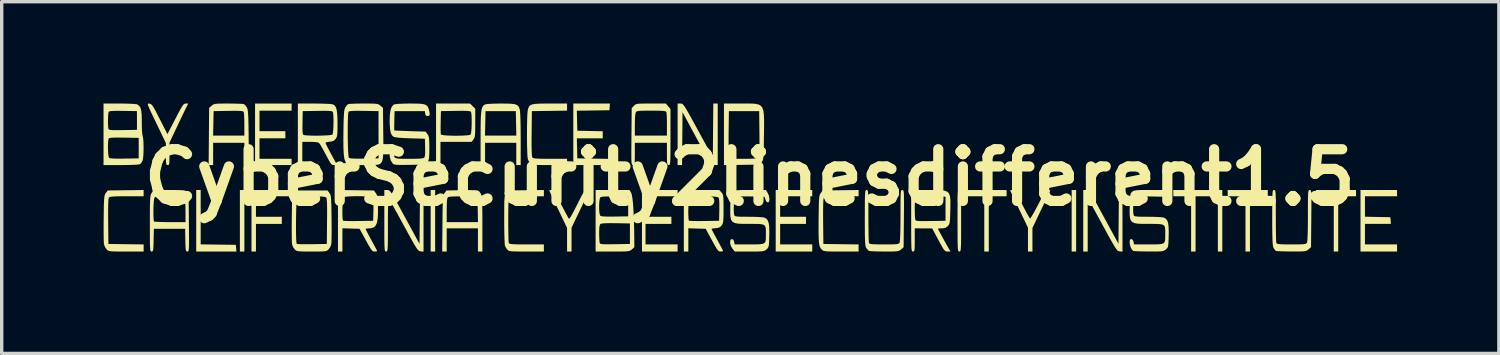
<source format=kicad_pcb>
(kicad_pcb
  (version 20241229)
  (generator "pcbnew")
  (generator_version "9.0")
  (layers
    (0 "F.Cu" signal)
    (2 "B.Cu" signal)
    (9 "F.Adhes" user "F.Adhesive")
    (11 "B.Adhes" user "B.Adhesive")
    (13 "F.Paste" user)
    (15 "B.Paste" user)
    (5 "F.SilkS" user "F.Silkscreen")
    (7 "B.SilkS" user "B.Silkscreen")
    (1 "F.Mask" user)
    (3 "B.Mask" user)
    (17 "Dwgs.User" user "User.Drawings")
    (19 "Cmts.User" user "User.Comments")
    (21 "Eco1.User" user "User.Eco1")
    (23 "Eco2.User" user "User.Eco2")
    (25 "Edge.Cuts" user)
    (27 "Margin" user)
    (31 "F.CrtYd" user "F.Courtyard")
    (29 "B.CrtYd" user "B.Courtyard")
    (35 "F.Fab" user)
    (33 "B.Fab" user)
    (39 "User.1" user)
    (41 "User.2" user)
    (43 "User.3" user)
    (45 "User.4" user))
  (footprint "CyberSecurity2linesdifferent1.5"
    (layer "F.Cu")
    (at 19.043 2.181)
    (property "Reference" "CyberSecurity2linesdifferent1.5" (at 0 0 0) (layer "F.SilkS") (effects (font (size 1.524 1.524) (thickness 0.3))))
    (attr board_only exclude_from_pos_files exclude_from_bom)
    (fp_poly (pts (xy -14.893 2.18) (xy -15.025 2.18) (xy -15.025 0.368) (xy -14.893 0.368)) (stroke (width 0) (type solid)) (fill yes) (layer "F.SilkS"))
    (fp_poly (pts (xy -9.272 2.18) (xy -9.404 2.18) (xy -9.404 0.368) (xy -9.272 0.368)) (stroke (width 0) (type solid)) (fill yes) (layer "F.SilkS"))
    (fp_poly (pts (xy 9.614 2.18) (xy 9.482 2.18) (xy 9.482 0.368) (xy 9.614 0.368)) (stroke (width 0) (type solid)) (fill yes) (layer "F.SilkS"))
    (fp_poly (pts (xy 13.921 2.18) (xy 13.79 2.18) (xy 13.79 0.368) (xy 13.921 0.368)) (stroke (width 0) (type solid)) (fill yes) (layer "F.SilkS"))
    (fp_poly (pts (xy -16.18 1.969) (xy -15.662 1.976) (xy -15.143 1.983) (xy -15.135 2.082) (xy -15.127 2.18) (xy -16.312 2.18) (xy -16.312 0.368) (xy -16.18 0.368)) (stroke (width 0) (type solid)) (fill yes) (layer "F.SilkS"))
    (fp_poly (pts (xy 7.565 0.552) (xy 7.04 0.552) (xy 7.04 2.18) (xy 6.908 2.18) (xy 6.908 0.552) (xy 6.383 0.552) (xy 6.383 0.368) (xy 7.565 0.368)) (stroke (width 0) (type solid)) (fill yes) (layer "F.SilkS"))
    (fp_poly (pts (xy 13.659 0.552) (xy 13.133 0.552) (xy 13.133 2.18) (xy 13.002 2.18) (xy 13.002 0.552) (xy 12.477 0.552) (xy 12.477 0.368) (xy 13.659 0.368)) (stroke (width 0) (type solid)) (fill yes) (layer "F.SilkS"))
    (fp_poly (pts (xy 15.261 0.552) (xy 14.736 0.552) (xy 14.736 2.18) (xy 14.604 2.18) (xy 14.604 0.552) (xy 14.079 0.552) (xy 14.079 0.368) (xy 15.261 0.368)) (stroke (width 0) (type solid)) (fill yes) (layer "F.SilkS"))
    (fp_poly (pts (xy 17.861 0.552) (xy 17.336 0.552) (xy 17.336 2.18) (xy 17.205 2.18) (xy 17.205 0.552) (xy 16.679 0.552) (xy 16.679 0.368) (xy 17.861 0.368)) (stroke (width 0) (type solid)) (fill yes) (layer "F.SilkS"))
    (fp_poly (pts (xy -13.606 0.552) (xy -14.552 0.552) (xy -14.552 1.156) (xy -13.79 1.156) (xy -13.79 1.366) (xy -14.552 1.366) (xy -14.552 2.18) (xy -14.683 2.18) (xy -14.683 0.368) (xy -13.606 0.368)) (stroke (width 0) (type solid)) (fill yes) (layer "F.SilkS"))
    (fp_poly (pts (xy -13.501 -1.97) (xy -14.447 -1.97) (xy -14.447 -1.366) (xy -13.685 -1.366) (xy -13.685 -1.156) (xy -14.447 -1.156) (xy -14.447 -0.552) (xy -13.501 -0.552) (xy -13.501 -0.368) (xy -14.578 -0.368) (xy -14.578 -2.18) (xy -13.501 -2.18)) (stroke (width 0) (type solid)) (fill yes) (layer "F.SilkS"))
    (fp_poly (pts (xy -2.128 0.552) (xy -3.073 0.552) (xy -3.073 1.156) (xy -2.311 1.156) (xy -2.311 1.366) (xy -3.073 1.366) (xy -3.073 1.97) (xy -2.128 1.97) (xy -2.128 2.18) (xy -3.178 2.18) (xy -3.178 0.368) (xy -2.128 0.368)) (stroke (width 0) (type solid)) (fill yes) (layer "F.SilkS"))
    (fp_poly (pts (xy 1.839 0.552) (xy 0.893 0.552) (xy 0.893 1.156) (xy 1.655 1.156) (xy 1.655 1.366) (xy 0.893 1.366) (xy 0.893 1.97) (xy 1.839 1.97) (xy 1.839 2.18) (xy 0.762 2.18) (xy 0.762 0.368) (xy 1.839 0.368)) (stroke (width 0) (type solid)) (fill yes) (layer "F.SilkS"))
    (fp_poly (pts (xy 19.07 0.552) (xy 18.124 0.552) (xy 18.124 1.154) (xy 18.873 1.169) (xy 18.881 1.267) (xy 18.889 1.366) (xy 18.124 1.366) (xy 18.124 1.97) (xy 19.07 1.97) (xy 19.07 2.18) (xy 17.993 2.18) (xy 17.993 0.368) (xy 19.07 0.368)) (stroke (width 0) (type solid)) (fill yes) (layer "F.SilkS"))
    (fp_poly (pts (xy -4.129 -2.082) (xy -4.137 -1.983) (xy -4.617 -1.976) (xy -5.097 -1.969) (xy -5.09 -1.674) (xy -5.083 -1.379) (xy -4.334 -1.364) (xy -4.334 -1.156) (xy -5.097 -1.156) (xy -5.09 -0.86) (xy -5.083 -0.565) (xy -4.124 -0.55) (xy -4.124 -0.368) (xy -5.201 -0.368) (xy -5.201 -2.18) (xy -4.121 -2.18)) (stroke (width 0) (type solid)) (fill yes) (layer "F.SilkS"))
    (fp_poly (pts (xy -0.946 -0.368) (xy -1.044 -0.368) (xy -1.143 -0.369) (xy -1.983 -1.926) (xy -1.99 -1.147) (xy -1.997 -0.368) (xy -2.128 -0.368) (xy -2.128 -2.18) (xy -2.042 -2.18) (xy -2.019 -2.179) (xy -1.998 -2.173) (xy -1.975 -2.158) (xy -1.948 -2.129) (xy -1.915 -2.082) (xy -1.871 -2.011) (xy -1.814 -1.913) (xy -1.741 -1.783) (xy -1.65 -1.617) (xy -1.536 -1.409) (xy -1.523 -1.385) (xy -1.09 -0.591) (xy -1.083 -1.386) (xy -1.076 -2.18) (xy -0.946 -2.18)) (stroke (width 0) (type solid)) (fill yes) (layer "F.SilkS"))
    (fp_poly (pts (xy 6.187 0.369) (xy 6.198 0.377) (xy 6.207 0.396) (xy 6.214 0.431) (xy 6.218 0.488) (xy 6.222 0.573) (xy 6.224 0.689) (xy 6.225 0.842) (xy 6.225 1.038) (xy 6.225 1.274) (xy 6.225 1.516) (xy 6.225 1.71) (xy 6.224 1.863) (xy 6.222 1.978) (xy 6.218 2.061) (xy 6.213 2.118) (xy 6.207 2.153) (xy 6.198 2.171) (xy 6.186 2.179) (xy 6.173 2.18) (xy 6.159 2.179) (xy 6.147 2.171) (xy 6.139 2.152) (xy 6.132 2.117) (xy 6.127 2.059) (xy 6.124 1.975) (xy 6.122 1.859) (xy 6.121 1.706) (xy 6.12 1.51) (xy 6.12 1.274) (xy 6.12 1.032) (xy 6.121 0.838) (xy 6.122 0.685) (xy 6.124 0.57) (xy 6.127 0.487) (xy 6.132 0.43) (xy 6.139 0.395) (xy 6.148 0.376) (xy 6.159 0.369) (xy 6.173 0.368)) (stroke (width 0) (type solid)) (fill yes) (layer "F.SilkS"))
    (fp_poly (pts (xy 10.43 1.16) (xy 10.861 1.951) (xy 10.868 1.16) (xy 10.87 0.935) (xy 10.872 0.757) (xy 10.875 0.621) (xy 10.879 0.521) (xy 10.883 0.452) (xy 10.89 0.407) (xy 10.898 0.382) (xy 10.909 0.371) (xy 10.923 0.368) (xy 10.927 0.368) (xy 10.941 0.369) (xy 10.952 0.377) (xy 10.961 0.396) (xy 10.968 0.432) (xy 10.973 0.49) (xy 10.976 0.575) (xy 10.978 0.692) (xy 10.979 0.846) (xy 10.979 1.042) (xy 10.98 1.276) (xy 10.98 2.183) (xy 10.896 2.175) (xy 10.872 2.171) (xy 10.85 2.162) (xy 10.826 2.142) (xy 10.797 2.107) (xy 10.76 2.053) (xy 10.712 1.974) (xy 10.651 1.867) (xy 10.572 1.726) (xy 10.474 1.547) (xy 10.383 1.38) (xy 9.955 0.593) (xy 9.955 2.18) (xy 9.824 2.18) (xy 9.824 0.368) (xy 9.999 0.368)) (stroke (width 0) (type solid)) (fill yes) (layer "F.SilkS"))
    (fp_poly (pts (xy -7.159 -2.179) (xy -7.028 -2.174) (xy -6.933 -2.162) (xy -6.869 -2.141) (xy -6.826 -2.109) (xy -6.799 -2.064) (xy -6.778 -2.002) (xy -6.77 -1.948) (xy -6.764 -1.848) (xy -6.758 -1.708) (xy -6.754 -1.534) (xy -6.752 -1.334) (xy -6.751 -1.136) (xy -6.751 -0.368) (xy -6.882 -0.368) (xy -6.882 -1.024) (xy -7.801 -1.024) (xy -7.801 -0.368) (xy -7.933 -0.368) (xy -7.933 -1.157) (xy -7.932 -1.235) (xy -7.803 -1.235) (xy -6.88 -1.235) (xy -6.888 -1.596) (xy -6.895 -1.957) (xy -7.788 -1.957) (xy -7.795 -1.596) (xy -7.803 -1.235) (xy -7.932 -1.235) (xy -7.932 -1.404) (xy -7.93 -1.605) (xy -7.926 -1.764) (xy -7.918 -1.886) (xy -7.907 -1.978) (xy -7.892 -2.045) (xy -7.872 -2.092) (xy -7.845 -2.124) (xy -7.813 -2.147) (xy -7.805 -2.152) (xy -7.758 -2.163) (xy -7.666 -2.171) (xy -7.537 -2.177) (xy -7.379 -2.18) (xy -7.336 -2.18)) (stroke (width 0) (type solid)) (fill yes) (layer "F.SilkS"))
    (fp_poly (pts (xy 7.742 0.373) (xy 7.77 0.38) (xy 7.798 0.4) (xy 7.83 0.438) (xy 7.87 0.501) (xy 7.923 0.597) (xy 7.993 0.73) (xy 8.024 0.791) (xy 8.094 0.925) (xy 8.156 1.041) (xy 8.208 1.131) (xy 8.243 1.189) (xy 8.258 1.207) (xy 8.277 1.186) (xy 8.315 1.126) (xy 8.369 1.034) (xy 8.432 0.916) (xy 8.495 0.797) (xy 8.573 0.646) (xy 8.632 0.536) (xy 8.677 0.461) (xy 8.711 0.413) (xy 8.74 0.386) (xy 8.768 0.375) (xy 8.78 0.373) (xy 8.832 0.37) (xy 8.852 0.377) (xy 8.841 0.403) (xy 8.811 0.47) (xy 8.764 0.57) (xy 8.703 0.697) (xy 8.633 0.845) (xy 8.589 0.936) (xy 8.327 1.484) (xy 8.327 2.18) (xy 8.195 2.18) (xy 8.195 1.477) (xy 7.933 0.932) (xy 7.858 0.777) (xy 7.791 0.638) (xy 7.736 0.521) (xy 7.696 0.435) (xy 7.673 0.385) (xy 7.67 0.376) (xy 7.692 0.37)) (stroke (width 0) (type solid)) (fill yes) (layer "F.SilkS"))
    (fp_poly (pts (xy -4.748 0.371) (xy -4.728 0.378) (xy -4.739 0.403) (xy -4.77 0.469) (xy -4.817 0.569) (xy -4.877 0.696) (xy -4.948 0.843) (xy -4.991 0.932) (xy -5.253 1.477) (xy -5.253 2.18) (xy -5.385 2.18) (xy -5.385 1.484) (xy -5.647 0.936) (xy -5.722 0.78) (xy -5.788 0.641) (xy -5.843 0.524) (xy -5.884 0.438) (xy -5.906 0.388) (xy -5.91 0.378) (xy -5.888 0.37) (xy -5.846 0.368) (xy -5.819 0.373) (xy -5.792 0.392) (xy -5.76 0.432) (xy -5.718 0.498) (xy -5.662 0.598) (xy -5.588 0.737) (xy -5.572 0.768) (xy -5.501 0.903) (xy -5.438 1.023) (xy -5.386 1.119) (xy -5.351 1.185) (xy -5.337 1.208) (xy -5.322 1.211) (xy -5.296 1.183) (xy -5.257 1.121) (xy -5.202 1.02) (xy -5.128 0.877) (xy -5.093 0.808) (xy -5.015 0.653) (xy -4.957 0.54) (xy -4.912 0.461) (xy -4.879 0.411) (xy -4.851 0.383) (xy -4.826 0.37) (xy -4.801 0.368)) (stroke (width 0) (type solid)) (fill yes) (layer "F.SilkS"))
    (fp_poly (pts (xy -17.861 0.552) (xy -18.357 0.552) (xy -18.54 0.552) (xy -18.677 0.555) (xy -18.773 0.56) (xy -18.837 0.568) (xy -18.872 0.579) (xy -18.883 0.588) (xy -18.893 0.62) (xy -18.901 0.692) (xy -18.905 0.807) (xy -18.907 0.966) (xy -18.907 1.174) (xy -18.906 1.29) (xy -18.899 1.957) (xy -18.38 1.964) (xy -17.861 1.971) (xy -17.861 2.18) (xy -18.375 2.18) (xy -18.551 2.18) (xy -18.683 2.179) (xy -18.777 2.176) (xy -18.842 2.17) (xy -18.886 2.161) (xy -18.915 2.148) (xy -18.938 2.13) (xy -18.951 2.117) (xy -19.001 2.045) (xy -19.03 1.966) (xy -19.034 1.916) (xy -19.037 1.822) (xy -19.039 1.692) (xy -19.04 1.533) (xy -19.04 1.355) (xy -19.038 1.204) (xy -19.036 0.997) (xy -19.033 0.836) (xy -19.029 0.715) (xy -19.024 0.626) (xy -19.017 0.563) (xy -19.008 0.519) (xy -18.996 0.487) (xy -18.98 0.462) (xy -18.975 0.455) (xy -18.92 0.381) (xy -18.391 0.374) (xy -17.861 0.367)) (stroke (width 0) (type solid)) (fill yes) (layer "F.SilkS"))
    (fp_poly (pts (xy 3.205 0.552) (xy 2.709 0.552) (xy 2.526 0.552) (xy 2.389 0.555) (xy 2.293 0.56) (xy 2.229 0.568) (xy 2.194 0.579) (xy 2.183 0.588) (xy 2.173 0.62) (xy 2.165 0.692) (xy 2.161 0.807) (xy 2.159 0.966) (xy 2.159 1.174) (xy 2.16 1.29) (xy 2.167 1.957) (xy 2.686 1.964) (xy 3.205 1.971) (xy 3.205 2.18) (xy 2.691 2.18) (xy 2.515 2.18) (xy 2.383 2.179) (xy 2.289 2.176) (xy 2.224 2.17) (xy 2.18 2.161) (xy 2.151 2.148) (xy 2.128 2.13) (xy 2.115 2.118) (xy 2.088 2.085) (xy 2.066 2.045) (xy 2.049 1.991) (xy 2.038 1.917) (xy 2.03 1.817) (xy 2.026 1.686) (xy 2.025 1.518) (xy 2.026 1.305) (xy 2.027 1.177) (xy 2.03 0.975) (xy 2.033 0.819) (xy 2.037 0.701) (xy 2.042 0.616) (xy 2.05 0.555) (xy 2.06 0.513) (xy 2.073 0.483) (xy 2.09 0.457) (xy 2.091 0.455) (xy 2.146 0.381) (xy 2.675 0.374) (xy 3.205 0.367)) (stroke (width 0) (type solid)) (fill yes) (layer "F.SilkS"))
    (fp_poly (pts (xy -5.385 -1.971) (xy -5.903 -1.964) (xy -6.422 -1.957) (xy -6.429 -1.29) (xy -6.431 -1.059) (xy -6.43 -0.877) (xy -6.426 -0.741) (xy -6.42 -0.649) (xy -6.412 -0.598) (xy -6.406 -0.588) (xy -6.384 -0.574) (xy -6.338 -0.565) (xy -6.262 -0.558) (xy -6.151 -0.554) (xy -5.996 -0.552) (xy -5.881 -0.552) (xy -5.385 -0.552) (xy -5.385 -0.368) (xy -5.906 -0.368) (xy -6.086 -0.368) (xy -6.221 -0.37) (xy -6.319 -0.373) (xy -6.385 -0.379) (xy -6.428 -0.389) (xy -6.455 -0.401) (xy -6.469 -0.414) (xy -6.51 -0.473) (xy -6.539 -0.534) (xy -6.547 -0.584) (xy -6.555 -0.677) (xy -6.56 -0.805) (xy -6.564 -0.959) (xy -6.566 -1.128) (xy -6.566 -1.305) (xy -6.565 -1.48) (xy -6.562 -1.645) (xy -6.558 -1.789) (xy -6.551 -1.905) (xy -6.543 -1.983) (xy -6.539 -2.002) (xy -6.521 -2.059) (xy -6.497 -2.103) (xy -6.461 -2.134) (xy -6.406 -2.156) (xy -6.324 -2.17) (xy -6.21 -2.177) (xy -6.055 -2.18) (xy -5.891 -2.18) (xy -5.385 -2.18)) (stroke (width 0) (type solid)) (fill yes) (layer "F.SilkS"))
    (fp_poly (pts (xy -16.61 -2.055) (xy -16.641 -1.991) (xy -16.69 -1.89) (xy -16.752 -1.762) (xy -16.821 -1.617) (xy -16.886 -1.479) (xy -17.1 -1.027) (xy -17.1 -0.697) (xy -17.1 -0.561) (xy -17.102 -0.468) (xy -17.108 -0.411) (xy -17.118 -0.381) (xy -17.134 -0.369) (xy -17.152 -0.368) (xy -17.174 -0.371) (xy -17.189 -0.386) (xy -17.198 -0.421) (xy -17.203 -0.485) (xy -17.205 -0.587) (xy -17.205 -0.691) (xy -17.205 -1.014) (xy -17.456 -1.538) (xy -17.549 -1.73) (xy -17.621 -1.88) (xy -17.674 -1.993) (xy -17.71 -2.074) (xy -17.731 -2.128) (xy -17.739 -2.16) (xy -17.735 -2.176) (xy -17.722 -2.18) (xy -17.701 -2.178) (xy -17.684 -2.175) (xy -17.657 -2.168) (xy -17.63 -2.15) (xy -17.599 -2.114) (xy -17.561 -2.054) (xy -17.51 -1.963) (xy -17.444 -1.836) (xy -17.386 -1.723) (xy -17.16 -1.279) (xy -16.926 -1.73) (xy -16.845 -1.886) (xy -16.783 -2.001) (xy -16.736 -2.082) (xy -16.701 -2.134) (xy -16.673 -2.164) (xy -16.647 -2.177) (xy -16.621 -2.18) (xy -16.62 -2.18) (xy -16.547 -2.18)) (stroke (width 0) (type solid)) (fill yes) (layer "F.SilkS"))
    (fp_poly (pts (xy -8.167 -2.103) (xy -8.09 -2.027) (xy -8.09 -1.608) (xy -8.091 -1.449) (xy -8.093 -1.333) (xy -8.098 -1.252) (xy -8.106 -1.197) (xy -8.12 -1.158) (xy -8.139 -1.128) (xy -8.145 -1.12) (xy -8.199 -1.051) (xy -9.115 -1.051) (xy -9.115 -0.368) (xy -9.246 -0.368) (xy -9.246 -1.502) (xy -9.111 -1.502) (xy -9.11 -1.392) (xy -9.108 -1.31) (xy -9.103 -1.27) (xy -9.103 -1.269) (xy -9.073 -1.256) (xy -9.001 -1.245) (xy -8.899 -1.238) (xy -8.776 -1.233) (xy -8.644 -1.232) (xy -8.514 -1.234) (xy -8.396 -1.239) (xy -8.302 -1.247) (xy -8.241 -1.259) (xy -8.227 -1.266) (xy -8.214 -1.304) (xy -8.205 -1.381) (xy -8.198 -1.485) (xy -8.195 -1.601) (xy -8.196 -1.718) (xy -8.199 -1.822) (xy -8.207 -1.901) (xy -8.217 -1.938) (xy -8.239 -1.951) (xy -8.289 -1.96) (xy -8.374 -1.965) (xy -8.499 -1.966) (xy -8.67 -1.964) (xy -8.67 -1.964) (xy -9.101 -1.957) (xy -9.109 -1.63) (xy -9.111 -1.502) (xy -9.246 -1.502) (xy -9.246 -2.18) (xy -8.244 -2.18)) (stroke (width 0) (type solid)) (fill yes) (layer "F.SilkS"))
    (fp_poly (pts (xy -15.221 -2.179) (xy -15.093 -2.176) (xy -14.99 -2.172) (xy -14.925 -2.167) (xy -14.908 -2.164) (xy -14.867 -2.131) (xy -14.824 -2.072) (xy -14.82 -2.065) (xy -14.807 -2.036) (xy -14.797 -1.997) (xy -14.788 -1.942) (xy -14.782 -1.866) (xy -14.777 -1.762) (xy -14.773 -1.624) (xy -14.77 -1.446) (xy -14.767 -1.224) (xy -14.767 -1.175) (xy -14.759 -0.368) (xy -14.893 -0.368) (xy -14.893 -1.024) (xy -15.813 -1.024) (xy -15.813 -0.368) (xy -15.946 -0.368) (xy -15.938 -1.211) (xy -15.938 -1.235) (xy -15.814 -1.235) (xy -14.893 -1.235) (xy -14.894 -1.569) (xy -14.895 -1.699) (xy -14.9 -1.811) (xy -14.906 -1.894) (xy -14.914 -1.936) (xy -14.915 -1.938) (xy -14.937 -1.951) (xy -14.987 -1.96) (xy -15.072 -1.965) (xy -15.197 -1.966) (xy -15.368 -1.964) (xy -15.368 -1.964) (xy -15.799 -1.957) (xy -15.807 -1.596) (xy -15.814 -1.235) (xy -15.938 -1.235) (xy -15.931 -2.053) (xy -15.857 -2.117) (xy -15.827 -2.141) (xy -15.796 -2.158) (xy -15.753 -2.169) (xy -15.692 -2.176) (xy -15.601 -2.179) (xy -15.473 -2.18) (xy -15.367 -2.18)) (stroke (width 0) (type solid)) (fill yes) (layer "F.SilkS"))
    (fp_poly (pts (xy -8.225 0.372) (xy -8.117 0.373) (xy -8.044 0.377) (xy -8.021 0.38) (xy -7.973 0.411) (xy -7.928 0.472) (xy -7.923 0.483) (xy -7.91 0.515) (xy -7.901 0.559) (xy -7.893 0.619) (xy -7.888 0.703) (xy -7.884 0.815) (xy -7.882 0.962) (xy -7.88 1.15) (xy -7.88 1.376) (xy -7.88 2.18) (xy -8.011 2.18) (xy -8.011 1.497) (xy -8.931 1.497) (xy -8.931 2.18) (xy -9.064 2.18) (xy -9.057 1.355) (xy -9.056 1.313) (xy -8.931 1.313) (xy -8.01 1.313) (xy -8.025 0.565) (xy -8.441 0.557) (xy -8.628 0.556) (xy -8.764 0.559) (xy -8.852 0.567) (xy -8.894 0.58) (xy -8.894 0.58) (xy -8.91 0.607) (xy -8.921 0.662) (xy -8.927 0.751) (xy -8.93 0.882) (xy -8.931 0.962) (xy -8.931 1.313) (xy -9.056 1.313) (xy -9.054 1.124) (xy -9.052 0.94) (xy -9.049 0.797) (xy -9.045 0.689) (xy -9.04 0.609) (xy -9.033 0.553) (xy -9.024 0.513) (xy -9.013 0.485) (xy -8.998 0.462) (xy -8.994 0.455) (xy -8.938 0.381) (xy -8.508 0.373) (xy -8.359 0.372)) (stroke (width 0) (type solid)) (fill yes) (layer "F.SilkS"))
    (fp_poly (pts (xy -6.068 0.552) (xy -6.561 0.552) (xy -6.758 0.553) (xy -6.905 0.557) (xy -7.007 0.564) (xy -7.067 0.574) (xy -7.087 0.583) (xy -7.098 0.611) (xy -7.106 0.675) (xy -7.112 0.777) (xy -7.116 0.921) (xy -7.118 1.112) (xy -7.118 1.251) (xy -7.118 1.43) (xy -7.116 1.594) (xy -7.113 1.733) (xy -7.11 1.841) (xy -7.105 1.909) (xy -7.102 1.928) (xy -7.091 1.943) (xy -7.064 1.954) (xy -7.016 1.961) (xy -6.939 1.966) (xy -6.826 1.969) (xy -6.671 1.97) (xy -6.577 1.97) (xy -6.068 1.97) (xy -6.068 2.18) (xy -6.58 2.18) (xy -6.757 2.18) (xy -6.89 2.178) (xy -6.985 2.175) (xy -7.05 2.169) (xy -7.093 2.16) (xy -7.122 2.147) (xy -7.143 2.129) (xy -7.144 2.128) (xy -7.191 2.062) (xy -7.216 2.004) (xy -7.222 1.958) (xy -7.226 1.868) (xy -7.231 1.741) (xy -7.234 1.585) (xy -7.236 1.408) (xy -7.237 1.23) (xy -7.236 1.019) (xy -7.236 0.855) (xy -7.234 0.73) (xy -7.23 0.637) (xy -7.224 0.572) (xy -7.216 0.526) (xy -7.205 0.494) (xy -7.191 0.468) (xy -7.181 0.455) (xy -7.126 0.381) (xy -6.597 0.374) (xy -6.068 0.367)) (stroke (width 0) (type solid)) (fill yes) (layer "F.SilkS"))
    (fp_poly (pts (xy 0.065 -2.179) (xy 0.177 -2.171) (xy 0.263 -2.15) (xy 0.326 -2.113) (xy 0.37 -2.054) (xy 0.399 -1.969) (xy 0.414 -1.853) (xy 0.42 -1.7) (xy 0.42 -1.505) (xy 0.417 -1.265) (xy 0.415 -1.177) (xy 0.413 -0.975) (xy 0.41 -0.819) (xy 0.406 -0.701) (xy 0.4 -0.616) (xy 0.393 -0.555) (xy 0.383 -0.513) (xy 0.37 -0.483) (xy 0.353 -0.457) (xy 0.352 -0.455) (xy 0.296 -0.381) (xy -0.233 -0.374) (xy -0.762 -0.367) (xy -0.762 -0.965) (xy -0.626 -0.965) (xy -0.625 -0.821) (xy -0.623 -0.708) (xy -0.62 -0.635) (xy -0.618 -0.611) (xy -0.61 -0.589) (xy -0.596 -0.573) (xy -0.568 -0.562) (xy -0.516 -0.556) (xy -0.434 -0.553) (xy -0.314 -0.552) (xy -0.187 -0.552) (xy -0.019 -0.553) (xy 0.103 -0.556) (xy 0.185 -0.563) (xy 0.235 -0.573) (xy 0.26 -0.588) (xy 0.26 -0.588) (xy 0.27 -0.62) (xy 0.277 -0.692) (xy 0.282 -0.807) (xy 0.284 -0.966) (xy 0.284 -1.174) (xy 0.283 -1.29) (xy 0.276 -1.957) (xy -0.617 -1.957) (xy -0.625 -1.313) (xy -0.626 -1.132) (xy -0.626 -0.965) (xy -0.762 -0.965) (xy -0.762 -2.18) (xy -0.248 -2.18) (xy -0.076 -2.181)) (stroke (width 0) (type solid)) (fill yes) (layer "F.SilkS"))
    (fp_poly (pts (xy -3.501 0.439) (xy -3.479 0.499) (xy -3.459 0.61) (xy -3.442 0.767) (xy -3.428 0.968) (xy -3.417 1.21) (xy -3.409 1.49) (xy -3.406 1.69) (xy -3.402 2.053) (xy -3.475 2.117) (xy -3.503 2.139) (xy -3.531 2.155) (xy -3.569 2.166) (xy -3.624 2.174) (xy -3.705 2.178) (xy -3.819 2.18) (xy -3.975 2.18) (xy -4.047 2.18) (xy -4.544 2.18) (xy -4.544 1.643) (xy -4.439 1.643) (xy -4.437 1.755) (xy -4.433 1.85) (xy -4.426 1.914) (xy -4.423 1.929) (xy -4.411 1.945) (xy -4.385 1.956) (xy -4.336 1.963) (xy -4.259 1.966) (xy -4.144 1.966) (xy -3.984 1.964) (xy -3.97 1.964) (xy -3.533 1.957) (xy -3.533 1.353) (xy -3.95 1.345) (xy -4.136 1.344) (xy -4.272 1.347) (xy -4.36 1.355) (xy -4.402 1.368) (xy -4.403 1.368) (xy -4.422 1.403) (xy -4.434 1.474) (xy -4.439 1.588) (xy -4.439 1.643) (xy -4.544 1.643) (xy -4.544 0.908) (xy -4.44 0.908) (xy -4.435 1.008) (xy -4.423 1.086) (xy -4.407 1.125) (xy -4.375 1.138) (xy -4.308 1.147) (xy -4.2 1.151) (xy -4.047 1.151) (xy -3.98 1.15) (xy -3.585 1.143) (xy -3.585 0.565) (xy -3.976 0.557) (xy -4.157 0.556) (xy -4.288 0.56) (xy -4.37 0.569) (xy -4.403 0.58) (xy -4.421 0.621) (xy -4.433 0.699) (xy -4.44 0.8) (xy -4.44 0.908) (xy -4.544 0.908) (xy -4.544 0.368) (xy -3.547 0.368)) (stroke (width 0) (type solid)) (fill yes) (layer "F.SilkS"))
    (fp_poly (pts (xy -11.606 0.374) (xy -11.077 0.381) (xy -11.022 0.455) (xy -10.997 0.495) (xy -10.98 0.544) (xy -10.969 0.614) (xy -10.962 0.716) (xy -10.957 0.833) (xy -10.955 1.043) (xy -10.964 1.207) (xy -10.986 1.328) (xy -11.023 1.413) (xy -11.077 1.466) (xy -11.15 1.492) (xy -11.215 1.497) (xy -11.281 1.501) (xy -11.318 1.511) (xy -11.321 1.515) (xy -11.309 1.543) (xy -11.276 1.608) (xy -11.227 1.702) (xy -11.167 1.814) (xy -11.15 1.845) (xy -11.088 1.96) (xy -11.036 2.057) (xy -10.998 2.129) (xy -10.98 2.166) (xy -10.98 2.168) (xy -11.002 2.177) (xy -11.056 2.18) (xy -11.088 2.177) (xy -11.116 2.163) (xy -11.147 2.131) (xy -11.186 2.073) (xy -11.239 1.984) (xy -11.309 1.856) (xy -11.315 1.845) (xy -11.499 1.51) (xy -11.751 1.503) (xy -12.004 1.495) (xy -12.004 2.18) (xy -12.135 2.18) (xy -12.135 1.033) (xy -12.005 1.033) (xy -12.003 1.14) (xy -11.997 1.222) (xy -11.988 1.267) (xy -11.986 1.27) (xy -11.955 1.276) (xy -11.88 1.28) (xy -11.771 1.282) (xy -11.638 1.282) (xy -11.533 1.281) (xy -11.098 1.274) (xy -11.09 0.949) (xy -11.089 0.781) (xy -11.095 0.664) (xy -11.107 0.599) (xy -11.113 0.588) (xy -11.151 0.574) (xy -11.229 0.563) (xy -11.338 0.555) (xy -11.464 0.55) (xy -11.597 0.549) (xy -11.726 0.552) (xy -11.838 0.558) (xy -11.924 0.568) (xy -11.97 0.581) (xy -11.972 0.583) (xy -11.984 0.62) (xy -11.993 0.696) (xy -12 0.798) (xy -12.004 0.915) (xy -12.005 1.033) (xy -12.135 1.033) (xy -12.135 0.367)) (stroke (width 0) (type solid)) (fill yes) (layer "F.SilkS"))
    (fp_poly (pts (xy -2.406 -2.099) (xy -2.338 -2.019) (xy -2.338 -1.193) (xy -2.338 -0.963) (xy -2.338 -0.781) (xy -2.34 -0.64) (xy -2.342 -0.535) (xy -2.346 -0.462) (xy -2.351 -0.414) (xy -2.359 -0.385) (xy -2.369 -0.372) (xy -2.383 -0.368) (xy -2.39 -0.368) (xy -2.412 -0.371) (xy -2.427 -0.385) (xy -2.436 -0.42) (xy -2.441 -0.484) (xy -2.443 -0.585) (xy -2.443 -0.696) (xy -2.443 -1.024) (xy -3.388 -1.024) (xy -3.388 -0.696) (xy -3.389 -0.56) (xy -3.391 -0.468) (xy -3.397 -0.411) (xy -3.407 -0.381) (xy -3.423 -0.369) (xy -3.442 -0.368) (xy -3.457 -0.369) (xy -3.469 -0.376) (xy -3.477 -0.395) (xy -3.484 -0.43) (xy -3.488 -0.487) (xy -3.491 -0.572) (xy -3.491 -0.69) (xy -3.491 -0.845) (xy -3.489 -1.045) (xy -3.488 -1.206) (xy -3.488 -1.235) (xy -3.388 -1.235) (xy -2.443 -1.235) (xy -2.443 -1.561) (xy -2.444 -1.69) (xy -2.447 -1.802) (xy -2.452 -1.885) (xy -2.459 -1.928) (xy -2.459 -1.928) (xy -2.471 -1.944) (xy -2.5 -1.955) (xy -2.553 -1.963) (xy -2.636 -1.967) (xy -2.758 -1.97) (xy -2.904 -1.97) (xy -3.065 -1.97) (xy -3.18 -1.968) (xy -3.259 -1.964) (xy -3.309 -1.956) (xy -3.339 -1.945) (xy -3.356 -1.928) (xy -3.361 -1.919) (xy -3.372 -1.874) (xy -3.381 -1.788) (xy -3.386 -1.675) (xy -3.388 -1.551) (xy -3.388 -1.235) (xy -3.488 -1.235) (xy -3.48 -2.045) (xy -3.417 -2.112) (xy -3.392 -2.137) (xy -3.366 -2.155) (xy -3.331 -2.167) (xy -3.278 -2.175) (xy -3.198 -2.178) (xy -3.084 -2.18) (xy -2.926 -2.18) (xy -2.474 -2.18)) (stroke (width 0) (type solid)) (fill yes) (layer "F.SilkS"))
    (fp_poly (pts (xy -11.216 -2.18) (xy -11.102 -2.178) (xy -11.023 -2.174) (xy -10.969 -2.165) (xy -10.932 -2.152) (xy -10.902 -2.133) (xy -10.882 -2.117) (xy -10.809 -2.053) (xy -10.801 -1.348) (xy -10.798 -1.113) (xy -10.798 -0.924) (xy -10.799 -0.776) (xy -10.804 -0.662) (xy -10.811 -0.578) (xy -10.822 -0.517) (xy -10.837 -0.473) (xy -10.857 -0.441) (xy -10.876 -0.419) (xy -10.898 -0.4) (xy -10.929 -0.387) (xy -10.975 -0.378) (xy -11.045 -0.372) (xy -11.147 -0.369) (xy -11.288 -0.368) (xy -11.385 -0.368) (xy -11.843 -0.368) (xy -11.895 -0.434) (xy -11.921 -0.479) (xy -11.942 -0.54) (xy -11.958 -0.623) (xy -11.968 -0.735) (xy -11.974 -0.88) (xy -11.976 -1.064) (xy -11.975 -1.293) (xy -11.973 -1.403) (xy -11.847 -1.403) (xy -11.847 -1.238) (xy -11.845 -1.074) (xy -11.841 -0.92) (xy -11.836 -0.785) (xy -11.829 -0.678) (xy -11.822 -0.607) (xy -11.814 -0.583) (xy -11.783 -0.569) (xy -11.718 -0.561) (xy -11.613 -0.557) (xy -11.464 -0.556) (xy -11.361 -0.558) (xy -10.94 -0.565) (xy -10.94 -1.957) (xy -11.372 -1.964) (xy -11.543 -1.966) (xy -11.668 -1.965) (xy -11.752 -1.96) (xy -11.802 -1.951) (xy -11.824 -1.938) (xy -11.824 -1.938) (xy -11.833 -1.899) (xy -11.839 -1.817) (xy -11.843 -1.701) (xy -11.846 -1.56) (xy -11.847 -1.403) (xy -11.973 -1.403) (xy -11.973 -1.405) (xy -11.97 -1.602) (xy -11.965 -1.753) (xy -11.959 -1.866) (xy -11.952 -1.947) (xy -11.942 -2.005) (xy -11.928 -2.047) (xy -11.919 -2.065) (xy -11.878 -2.125) (xy -11.836 -2.162) (xy -11.832 -2.164) (xy -11.792 -2.169) (xy -11.71 -2.174) (xy -11.595 -2.178) (xy -11.458 -2.18) (xy -11.373 -2.18)) (stroke (width 0) (type solid)) (fill yes) (layer "F.SilkS"))
    (fp_poly (pts (xy -10.66 0.369) (xy -10.638 0.374) (xy -10.616 0.389) (xy -10.589 0.417) (xy -10.556 0.464) (xy -10.513 0.533) (xy -10.457 0.63) (xy -10.385 0.759) (xy -10.294 0.924) (xy -10.182 1.13) (xy -10.164 1.162) (xy -9.732 1.957) (xy -9.725 1.162) (xy -9.723 0.937) (xy -9.721 0.759) (xy -9.718 0.623) (xy -9.715 0.522) (xy -9.71 0.453) (xy -9.703 0.408) (xy -9.695 0.382) (xy -9.684 0.371) (xy -9.67 0.368) (xy -9.666 0.368) (xy -9.652 0.369) (xy -9.641 0.377) (xy -9.632 0.396) (xy -9.625 0.432) (xy -9.621 0.49) (xy -9.617 0.575) (xy -9.615 0.692) (xy -9.614 0.846) (xy -9.614 1.042) (xy -9.614 1.276) (xy -9.614 2.183) (xy -9.699 2.175) (xy -9.723 2.172) (xy -9.745 2.162) (xy -9.77 2.142) (xy -9.799 2.108) (xy -9.836 2.053) (xy -9.884 1.975) (xy -9.945 1.867) (xy -10.024 1.725) (xy -10.123 1.545) (xy -10.199 1.406) (xy -10.299 1.222) (xy -10.392 1.053) (xy -10.475 0.903) (xy -10.545 0.78) (xy -10.597 0.688) (xy -10.63 0.632) (xy -10.639 0.619) (xy -10.647 0.636) (xy -10.653 0.705) (xy -10.658 0.821) (xy -10.662 0.985) (xy -10.664 1.193) (xy -10.664 1.387) (xy -10.664 1.612) (xy -10.665 1.789) (xy -10.666 1.926) (xy -10.669 2.026) (xy -10.673 2.096) (xy -10.679 2.14) (xy -10.687 2.166) (xy -10.698 2.177) (xy -10.712 2.18) (xy -10.717 2.18) (xy -10.731 2.179) (xy -10.742 2.171) (xy -10.751 2.152) (xy -10.758 2.117) (xy -10.762 2.059) (xy -10.766 1.975) (xy -10.768 1.859) (xy -10.769 1.706) (xy -10.769 1.51) (xy -10.769 1.274) (xy -10.769 0.368) (xy -10.683 0.368)) (stroke (width 0) (type solid)) (fill yes) (layer "F.SilkS"))
    (fp_poly (pts (xy -0.839 0.436) (xy -0.815 0.463) (xy -0.798 0.493) (xy -0.786 0.533) (xy -0.78 0.593) (xy -0.776 0.682) (xy -0.775 0.808) (xy -0.775 0.92) (xy -0.775 1.078) (xy -0.778 1.194) (xy -0.783 1.274) (xy -0.791 1.33) (xy -0.805 1.37) (xy -0.824 1.402) (xy -0.83 1.41) (xy -0.879 1.46) (xy -0.941 1.484) (xy -1.007 1.492) (xy -1.079 1.499) (xy -1.123 1.509) (xy -1.129 1.513) (xy -1.118 1.54) (xy -1.085 1.603) (xy -1.036 1.695) (xy -0.975 1.807) (xy -0.959 1.837) (xy -0.896 1.952) (xy -0.844 2.05) (xy -0.806 2.123) (xy -0.789 2.161) (xy -0.788 2.164) (xy -0.811 2.175) (xy -0.862 2.18) (xy -0.894 2.177) (xy -0.922 2.162) (xy -0.954 2.128) (xy -0.993 2.069) (xy -1.046 1.977) (xy -1.118 1.846) (xy -1.119 1.845) (xy -1.301 1.51) (xy -1.557 1.503) (xy -1.812 1.495) (xy -1.812 2.18) (xy -1.944 2.18) (xy -1.944 1.033) (xy -1.814 1.033) (xy -1.811 1.14) (xy -1.806 1.222) (xy -1.797 1.267) (xy -1.794 1.27) (xy -1.763 1.276) (xy -1.689 1.28) (xy -1.58 1.282) (xy -1.446 1.282) (xy -1.341 1.281) (xy -0.906 1.274) (xy -0.899 0.949) (xy -0.898 0.781) (xy -0.903 0.664) (xy -0.916 0.599) (xy -0.922 0.588) (xy -0.959 0.574) (xy -1.038 0.563) (xy -1.146 0.555) (xy -1.273 0.55) (xy -1.406 0.549) (xy -1.534 0.552) (xy -1.647 0.558) (xy -1.732 0.568) (xy -1.778 0.581) (xy -1.781 0.583) (xy -1.792 0.62) (xy -1.802 0.696) (xy -1.808 0.798) (xy -1.812 0.915) (xy -1.814 1.033) (xy -1.944 1.033) (xy -1.944 0.368) (xy -0.902 0.368)) (stroke (width 0) (type solid)) (fill yes) (layer "F.SilkS"))
    (fp_poly (pts (xy -18.401 -2.179) (xy -18.256 -2.174) (xy -18.143 -2.168) (xy -18.068 -2.16) (xy -18.044 -2.153) (xy -17.993 -2.115) (xy -17.956 -2.058) (xy -17.932 -1.974) (xy -17.919 -1.857) (xy -17.915 -1.698) (xy -17.915 -1.634) (xy -17.914 -1.498) (xy -17.909 -1.376) (xy -17.901 -1.282) (xy -17.89 -1.226) (xy -17.89 -1.226) (xy -17.876 -1.161) (xy -17.867 -1.058) (xy -17.863 -0.933) (xy -17.863 -0.8) (xy -17.868 -0.673) (xy -17.877 -0.569) (xy -17.89 -0.502) (xy -17.925 -0.437) (xy -17.967 -0.394) (xy -17.968 -0.393) (xy -18.008 -0.385) (xy -18.093 -0.378) (xy -18.212 -0.373) (xy -18.357 -0.369) (xy -18.52 -0.368) (xy -18.53 -0.368) (xy -19.043 -0.368) (xy -19.043 -0.919) (xy -18.912 -0.919) (xy -18.91 -0.809) (xy -18.905 -0.707) (xy -18.895 -0.627) (xy -18.881 -0.584) (xy -18.88 -0.583) (xy -18.849 -0.569) (xy -18.784 -0.561) (xy -18.679 -0.557) (xy -18.529 -0.556) (xy -18.427 -0.558) (xy -18.006 -0.565) (xy -18.006 -1.169) (xy -18.437 -1.176) (xy -18.609 -1.178) (xy -18.734 -1.177) (xy -18.818 -1.172) (xy -18.868 -1.163) (xy -18.89 -1.15) (xy -18.89 -1.15) (xy -18.902 -1.104) (xy -18.91 -1.022) (xy -18.912 -0.919) (xy -19.043 -0.919) (xy -19.043 -1.613) (xy -18.911 -1.613) (xy -18.908 -1.519) (xy -18.901 -1.451) (xy -18.896 -1.433) (xy -18.884 -1.417) (xy -18.857 -1.406) (xy -18.807 -1.399) (xy -18.727 -1.396) (xy -18.609 -1.396) (xy -18.469 -1.398) (xy -18.058 -1.405) (xy -18.058 -1.957) (xy -18.464 -1.964) (xy -18.629 -1.966) (xy -18.749 -1.964) (xy -18.828 -1.959) (xy -18.874 -1.949) (xy -18.89 -1.938) (xy -18.9 -1.896) (xy -18.907 -1.818) (xy -18.911 -1.718) (xy -18.911 -1.613) (xy -19.043 -1.613) (xy -19.043 -2.18) (xy -18.569 -2.18)) (stroke (width 0) (type solid)) (fill yes) (layer "F.SilkS"))
    (fp_poly (pts (xy 5.468 0.368) (xy 5.624 0.372) (xy 5.739 0.387) (xy 5.819 0.418) (xy 5.87 0.471) (xy 5.898 0.552) (xy 5.91 0.666) (xy 5.91 0.821) (xy 5.906 1.005) (xy 5.902 1.149) (xy 5.896 1.251) (xy 5.889 1.321) (xy 5.876 1.367) (xy 5.858 1.4) (xy 5.833 1.43) (xy 5.772 1.477) (xy 5.697 1.496) (xy 5.656 1.497) (xy 5.587 1.499) (xy 5.547 1.504) (xy 5.542 1.507) (xy 5.554 1.533) (xy 5.586 1.595) (xy 5.633 1.682) (xy 5.689 1.784) (xy 5.748 1.891) (xy 5.805 1.993) (xy 5.848 2.069) (xy 5.912 2.18) (xy 5.826 2.18) (xy 5.791 2.178) (xy 5.762 2.168) (xy 5.733 2.142) (xy 5.698 2.094) (xy 5.652 2.016) (xy 5.59 1.902) (xy 5.555 1.839) (xy 5.372 1.498) (xy 5.115 1.498) (xy 4.859 1.497) (xy 4.859 1.839) (xy 4.859 1.978) (xy 4.857 2.073) (xy 4.851 2.133) (xy 4.842 2.165) (xy 4.827 2.178) (xy 4.807 2.18) (xy 4.793 2.179) (xy 4.782 2.171) (xy 4.773 2.152) (xy 4.766 2.117) (xy 4.761 2.059) (xy 4.758 1.975) (xy 4.756 1.859) (xy 4.755 1.706) (xy 4.754 1.51) (xy 4.754 1.274) (xy 4.754 0.907) (xy 4.859 0.907) (xy 4.861 1.03) (xy 4.864 1.137) (xy 4.87 1.213) (xy 4.876 1.246) (xy 4.887 1.262) (xy 4.914 1.273) (xy 4.962 1.28) (xy 5.04 1.283) (xy 5.155 1.283) (xy 5.314 1.281) (xy 5.329 1.281) (xy 5.766 1.274) (xy 5.766 0.565) (xy 5.349 0.557) (xy 5.163 0.556) (xy 5.026 0.559) (xy 4.938 0.567) (xy 4.896 0.58) (xy 4.896 0.58) (xy 4.878 0.61) (xy 4.867 0.671) (xy 4.861 0.77) (xy 4.859 0.907) (xy 4.754 0.907) (xy 4.754 0.368) (xy 5.266 0.368)) (stroke (width 0) (type solid)) (fill yes) (layer "F.SilkS"))
    (fp_poly (pts (xy -12.675 -2.179) (xy -12.531 -2.175) (xy -12.411 -2.17) (xy -12.326 -2.163) (xy -12.286 -2.156) (xy -12.236 -2.126) (xy -12.199 -2.076) (xy -12.174 -1.998) (xy -12.158 -1.886) (xy -12.15 -1.733) (xy -12.148 -1.584) (xy -12.149 -1.435) (xy -12.152 -1.328) (xy -12.158 -1.254) (xy -12.169 -1.203) (xy -12.185 -1.165) (xy -12.204 -1.138) (xy -12.252 -1.088) (xy -12.315 -1.064) (xy -12.381 -1.056) (xy -12.453 -1.046) (xy -12.497 -1.03) (xy -12.503 -1.021) (xy -12.491 -0.99) (xy -12.457 -0.92) (xy -12.405 -0.82) (xy -12.34 -0.697) (xy -12.265 -0.559) (xy -12.185 -0.414) (xy -12.17 -0.387) (xy -12.185 -0.374) (xy -12.236 -0.368) (xy -12.245 -0.368) (xy -12.282 -0.37) (xy -12.313 -0.382) (xy -12.343 -0.41) (xy -12.378 -0.463) (xy -12.426 -0.548) (xy -12.487 -0.664) (xy -12.549 -0.78) (xy -12.607 -0.883) (xy -12.652 -0.961) (xy -12.681 -1.004) (xy -12.682 -1.005) (xy -12.711 -1.028) (xy -12.76 -1.042) (xy -12.839 -1.049) (xy -12.954 -1.051) (xy -13.186 -1.051) (xy -13.186 -0.368) (xy -13.317 -0.368) (xy -13.317 -1.466) (xy -13.182 -1.466) (xy -13.179 -1.361) (xy -13.172 -1.295) (xy -13.159 -1.262) (xy -13.154 -1.257) (xy -13.112 -1.247) (xy -13.03 -1.24) (xy -12.92 -1.235) (xy -12.793 -1.234) (xy -12.66 -1.235) (xy -12.533 -1.239) (xy -12.423 -1.245) (xy -12.342 -1.254) (xy -12.3 -1.265) (xy -12.298 -1.266) (xy -12.286 -1.304) (xy -12.276 -1.381) (xy -12.27 -1.485) (xy -12.267 -1.601) (xy -12.267 -1.718) (xy -12.271 -1.822) (xy -12.278 -1.901) (xy -12.289 -1.938) (xy -12.31 -1.951) (xy -12.361 -1.96) (xy -12.445 -1.965) (xy -12.57 -1.966) (xy -12.741 -1.964) (xy -12.741 -1.964) (xy -13.173 -1.957) (xy -13.18 -1.617) (xy -13.182 -1.466) (xy -13.317 -1.466) (xy -13.317 -2.18) (xy -12.833 -2.18)) (stroke (width 0) (type solid)) (fill yes) (layer "F.SilkS"))
    (fp_poly (pts (xy -12.388 0.455) (xy -12.371 0.48) (xy -12.357 0.509) (xy -12.347 0.549) (xy -12.34 0.607) (xy -12.335 0.688) (xy -12.331 0.801) (xy -12.328 0.95) (xy -12.325 1.144) (xy -12.324 1.204) (xy -12.323 1.392) (xy -12.322 1.566) (xy -12.323 1.72) (xy -12.326 1.844) (xy -12.329 1.93) (xy -12.333 1.966) (xy -12.363 2.049) (xy -12.412 2.117) (xy -12.437 2.141) (xy -12.464 2.157) (xy -12.503 2.168) (xy -12.561 2.175) (xy -12.647 2.179) (xy -12.77 2.18) (xy -12.91 2.18) (xy -13.071 2.18) (xy -13.188 2.178) (xy -13.269 2.174) (xy -13.324 2.167) (xy -13.361 2.155) (xy -13.387 2.138) (xy -13.409 2.117) (xy -13.459 2.045) (xy -13.488 1.966) (xy -13.492 1.916) (xy -13.495 1.822) (xy -13.497 1.692) (xy -13.498 1.533) (xy -13.498 1.43) (xy -13.372 1.43) (xy -13.371 1.587) (xy -13.369 1.726) (xy -13.365 1.839) (xy -13.359 1.918) (xy -13.352 1.953) (xy -13.352 1.953) (xy -13.321 1.959) (xy -13.246 1.963) (xy -13.137 1.965) (xy -13.003 1.965) (xy -12.899 1.964) (xy -12.464 1.957) (xy -12.457 1.29) (xy -12.455 1.059) (xy -12.456 0.877) (xy -12.459 0.741) (xy -12.466 0.649) (xy -12.474 0.598) (xy -12.479 0.588) (xy -12.517 0.573) (xy -12.595 0.562) (xy -12.704 0.555) (xy -12.83 0.55) (xy -12.963 0.549) (xy -13.092 0.552) (xy -13.204 0.558) (xy -13.289 0.568) (xy -13.336 0.581) (xy -13.338 0.583) (xy -13.346 0.617) (xy -13.354 0.694) (xy -13.36 0.806) (xy -13.365 0.944) (xy -13.368 1.1) (xy -13.371 1.265) (xy -13.372 1.43) (xy -13.498 1.43) (xy -13.497 1.355) (xy -13.496 1.204) (xy -13.493 0.997) (xy -13.491 0.836) (xy -13.487 0.715) (xy -13.482 0.626) (xy -13.475 0.563) (xy -13.466 0.519) (xy -13.453 0.487) (xy -13.438 0.462) (xy -13.433 0.455) (xy -13.377 0.381) (xy -12.443 0.381)) (stroke (width 0) (type solid)) (fill yes) (layer "F.SilkS"))
    (fp_poly (pts (xy 4.507 0.369) (xy 4.519 0.376) (xy 4.528 0.395) (xy 4.535 0.43) (xy 4.539 0.487) (xy 4.541 0.571) (xy 4.542 0.689) (xy 4.542 0.844) (xy 4.54 1.043) (xy 4.539 1.211) (xy 4.531 2.053) (xy 4.457 2.117) (xy 4.428 2.14) (xy 4.397 2.157) (xy 4.355 2.169) (xy 4.294 2.175) (xy 4.205 2.179) (xy 4.079 2.18) (xy 3.958 2.18) (xy 3.813 2.178) (xy 3.685 2.175) (xy 3.585 2.17) (xy 3.522 2.164) (xy 3.505 2.16) (xy 3.471 2.125) (xy 3.433 2.076) (xy 3.42 2.053) (xy 3.41 2.02) (xy 3.403 1.973) (xy 3.397 1.904) (xy 3.393 1.809) (xy 3.39 1.681) (xy 3.389 1.515) (xy 3.388 1.305) (xy 3.388 1.189) (xy 3.389 0.96) (xy 3.389 0.778) (xy 3.39 0.638) (xy 3.393 0.534) (xy 3.397 0.461) (xy 3.402 0.413) (xy 3.41 0.385) (xy 3.42 0.372) (xy 3.434 0.368) (xy 3.441 0.368) (xy 3.456 0.369) (xy 3.468 0.378) (xy 3.477 0.399) (xy 3.484 0.438) (xy 3.488 0.501) (xy 3.491 0.593) (xy 3.493 0.721) (xy 3.493 0.889) (xy 3.493 1.104) (xy 3.493 1.127) (xy 3.494 1.324) (xy 3.496 1.504) (xy 3.498 1.661) (xy 3.501 1.788) (xy 3.505 1.879) (xy 3.509 1.925) (xy 3.509 1.928) (xy 3.522 1.944) (xy 3.551 1.955) (xy 3.603 1.963) (xy 3.687 1.967) (xy 3.809 1.97) (xy 3.955 1.97) (xy 4.115 1.97) (xy 4.231 1.968) (xy 4.31 1.964) (xy 4.36 1.956) (xy 4.39 1.945) (xy 4.406 1.928) (xy 4.412 1.919) (xy 4.42 1.877) (xy 4.427 1.785) (xy 4.433 1.648) (xy 4.437 1.47) (xy 4.439 1.255) (xy 4.439 1.118) (xy 4.439 0.9) (xy 4.44 0.729) (xy 4.441 0.599) (xy 4.444 0.505) (xy 4.448 0.441) (xy 4.455 0.4) (xy 4.464 0.379) (xy 4.476 0.37) (xy 4.491 0.368) (xy 4.493 0.368)) (stroke (width 0) (type solid)) (fill yes) (layer "F.SilkS"))
    (fp_poly (pts (xy 16.511 0.369) (xy 16.523 0.376) (xy 16.532 0.395) (xy 16.538 0.43) (xy 16.543 0.487) (xy 16.545 0.571) (xy 16.546 0.689) (xy 16.546 0.844) (xy 16.544 1.043) (xy 16.543 1.211) (xy 16.535 2.053) (xy 16.461 2.117) (xy 16.432 2.14) (xy 16.401 2.157) (xy 16.36 2.168) (xy 16.299 2.175) (xy 16.211 2.178) (xy 16.086 2.179) (xy 15.962 2.178) (xy 15.816 2.177) (xy 15.688 2.174) (xy 15.586 2.17) (xy 15.521 2.166) (xy 15.503 2.163) (xy 15.469 2.131) (xy 15.432 2.075) (xy 15.431 2.074) (xy 15.42 2.044) (xy 15.411 1.998) (xy 15.404 1.93) (xy 15.399 1.836) (xy 15.396 1.709) (xy 15.393 1.544) (xy 15.392 1.336) (xy 15.392 1.183) (xy 15.392 0.955) (xy 15.393 0.774) (xy 15.394 0.635) (xy 15.397 0.531) (xy 15.401 0.459) (xy 15.406 0.412) (xy 15.414 0.384) (xy 15.425 0.372) (xy 15.438 0.368) (xy 15.445 0.368) (xy 15.46 0.369) (xy 15.472 0.378) (xy 15.481 0.399) (xy 15.488 0.438) (xy 15.492 0.501) (xy 15.495 0.593) (xy 15.497 0.721) (xy 15.497 0.889) (xy 15.497 1.104) (xy 15.497 1.127) (xy 15.498 1.324) (xy 15.499 1.504) (xy 15.502 1.661) (xy 15.505 1.788) (xy 15.508 1.879) (xy 15.512 1.925) (xy 15.513 1.928) (xy 15.526 1.944) (xy 15.555 1.955) (xy 15.607 1.963) (xy 15.691 1.967) (xy 15.813 1.97) (xy 15.959 1.97) (xy 16.119 1.97) (xy 16.235 1.968) (xy 16.314 1.964) (xy 16.364 1.956) (xy 16.394 1.945) (xy 16.41 1.928) (xy 16.416 1.919) (xy 16.424 1.877) (xy 16.431 1.785) (xy 16.437 1.648) (xy 16.441 1.47) (xy 16.443 1.255) (xy 16.443 1.118) (xy 16.443 0.9) (xy 16.444 0.729) (xy 16.445 0.599) (xy 16.448 0.505) (xy 16.452 0.441) (xy 16.459 0.4) (xy 16.468 0.379) (xy 16.48 0.37) (xy 16.495 0.368) (xy 16.497 0.368)) (stroke (width 0) (type solid)) (fill yes) (layer "F.SilkS"))
    (fp_poly (pts (xy -9.839 -2.179) (xy -9.707 -2.174) (xy -9.612 -2.162) (xy -9.548 -2.141) (xy -9.505 -2.109) (xy -9.478 -2.064) (xy -9.457 -2.002) (xy -9.434 -1.904) (xy -9.433 -1.846) (xy -9.456 -1.818) (xy -9.494 -1.812) (xy -9.543 -1.824) (xy -9.564 -1.87) (xy -9.566 -1.885) (xy -9.574 -1.957) (xy -10.467 -1.957) (xy -10.475 -1.675) (xy -10.477 -1.559) (xy -10.478 -1.466) (xy -10.477 -1.405) (xy -10.475 -1.387) (xy -10.447 -1.385) (xy -10.376 -1.381) (xy -10.27 -1.377) (xy -10.136 -1.372) (xy -10.01 -1.367) (xy -9.553 -1.353) (xy -9.498 -1.279) (xy -9.475 -1.243) (xy -9.459 -1.201) (xy -9.45 -1.143) (xy -9.445 -1.058) (xy -9.443 -0.935) (xy -9.443 -0.867) (xy -9.444 -0.725) (xy -9.447 -0.625) (xy -9.455 -0.556) (xy -9.467 -0.508) (xy -9.487 -0.471) (xy -9.498 -0.455) (xy -9.554 -0.381) (xy -10.015 -0.374) (xy -10.184 -0.372) (xy -10.308 -0.372) (xy -10.396 -0.375) (xy -10.454 -0.381) (xy -10.492 -0.392) (xy -10.515 -0.407) (xy -10.52 -0.411) (xy -10.582 -0.507) (xy -10.611 -0.63) (xy -10.612 -0.658) (xy -10.604 -0.714) (xy -10.573 -0.734) (xy -10.546 -0.735) (xy -10.494 -0.723) (xy -10.48 -0.685) (xy -10.479 -0.636) (xy -10.469 -0.601) (xy -10.445 -0.578) (xy -10.397 -0.563) (xy -10.32 -0.555) (xy -10.205 -0.552) (xy -10.046 -0.552) (xy -10.034 -0.552) (xy -9.868 -0.553) (xy -9.748 -0.556) (xy -9.666 -0.563) (xy -9.616 -0.573) (xy -9.591 -0.587) (xy -9.59 -0.588) (xy -9.574 -0.637) (xy -9.566 -0.735) (xy -9.567 -0.879) (xy -9.567 -0.884) (xy -9.574 -1.143) (xy -10.008 -1.156) (xy -10.189 -1.163) (xy -10.334 -1.173) (xy -10.438 -1.186) (xy -10.494 -1.2) (xy -10.497 -1.201) (xy -10.546 -1.245) (xy -10.579 -1.316) (xy -10.6 -1.422) (xy -10.61 -1.57) (xy -10.612 -1.673) (xy -10.606 -1.853) (xy -10.586 -1.987) (xy -10.553 -2.081) (xy -10.503 -2.14) (xy -10.484 -2.152) (xy -10.437 -2.163) (xy -10.345 -2.171) (xy -10.216 -2.177) (xy -10.059 -2.18) (xy -10.015 -2.18)) (stroke (width 0) (type solid)) (fill yes) (layer "F.SilkS"))
    (fp_poly (pts (xy 0.004 0.368) (xy 0.474 0.368) (xy 0.526 0.453) (xy 0.561 0.532) (xy 0.577 0.614) (xy 0.575 0.684) (xy 0.553 0.728) (xy 0.531 0.735) (xy 0.487 0.71) (xy 0.459 0.65) (xy 0.433 0.565) (xy 0.013 0.557) (xy -0.146 0.555) (xy -0.261 0.556) (xy -0.34 0.559) (xy -0.391 0.566) (xy -0.421 0.578) (xy -0.439 0.594) (xy -0.44 0.595) (xy -0.454 0.641) (xy -0.465 0.723) (xy -0.472 0.826) (xy -0.474 0.934) (xy -0.47 1.031) (xy -0.461 1.101) (xy -0.457 1.114) (xy -0.444 1.13) (xy -0.414 1.142) (xy -0.36 1.149) (xy -0.274 1.154) (xy -0.148 1.155) (xy -0.038 1.156) (xy 0.107 1.157) (xy 0.238 1.162) (xy 0.344 1.168) (xy 0.414 1.177) (xy 0.43 1.181) (xy 0.488 1.213) (xy 0.529 1.264) (xy 0.556 1.34) (xy 0.571 1.449) (xy 0.575 1.599) (xy 0.573 1.712) (xy 0.569 1.852) (xy 0.565 1.949) (xy 0.557 2.014) (xy 0.544 2.056) (xy 0.525 2.085) (xy 0.496 2.112) (xy 0.491 2.117) (xy 0.462 2.14) (xy 0.43 2.157) (xy 0.389 2.168) (xy 0.328 2.175) (xy 0.24 2.179) (xy 0.114 2.18) (xy -0.012 2.18) (xy -0.442 2.18) (xy -0.51 2.099) (xy -0.553 2.028) (xy -0.577 1.95) (xy -0.58 1.878) (xy -0.562 1.828) (xy -0.529 1.812) (xy -0.485 1.834) (xy -0.464 1.891) (xy -0.448 1.97) (xy -0.015 1.97) (xy 0.156 1.97) (xy 0.282 1.967) (xy 0.369 1.956) (xy 0.425 1.934) (xy 0.456 1.895) (xy 0.47 1.836) (xy 0.473 1.752) (xy 0.473 1.668) (xy 0.473 1.562) (xy 0.468 1.484) (xy 0.45 1.43) (xy 0.414 1.396) (xy 0.352 1.376) (xy 0.257 1.368) (xy 0.121 1.366) (xy -0.014 1.366) (xy -0.202 1.365) (xy -0.343 1.359) (xy -0.444 1.34) (xy -0.512 1.303) (xy -0.553 1.241) (xy -0.573 1.149) (xy -0.578 1.019) (xy -0.575 0.845) (xy -0.574 0.806) (xy -0.57 0.662) (xy -0.563 0.554) (xy -0.546 0.475) (xy -0.514 0.423) (xy -0.458 0.391) (xy -0.372 0.374) (xy -0.251 0.368) (xy -0.086 0.368)) (stroke (width 0) (type solid)) (fill yes) (layer "F.SilkS"))
    (fp_poly (pts (xy -16.936 0.368) (xy -16.812 0.37) (xy -16.725 0.373) (xy -16.666 0.38) (xy -16.628 0.39) (xy -16.603 0.405) (xy -16.585 0.423) (xy -16.571 0.441) (xy -16.56 0.466) (xy -16.551 0.502) (xy -16.544 0.556) (xy -16.539 0.634) (xy -16.535 0.74) (xy -16.532 0.881) (xy -16.53 1.063) (xy -16.528 1.29) (xy -16.527 1.329) (xy -16.525 1.563) (xy -16.524 1.749) (xy -16.524 1.894) (xy -16.525 2.002) (xy -16.528 2.078) (xy -16.533 2.129) (xy -16.54 2.16) (xy -16.55 2.175) (xy -16.562 2.18) (xy -16.573 2.18) (xy -16.594 2.177) (xy -16.609 2.162) (xy -16.619 2.127) (xy -16.626 2.063) (xy -16.63 1.961) (xy -16.633 1.845) (xy -16.64 1.51) (xy -17.559 1.51) (xy -17.567 1.845) (xy -17.57 1.983) (xy -17.575 2.077) (xy -17.582 2.135) (xy -17.592 2.166) (xy -17.609 2.178) (xy -17.626 2.18) (xy -17.64 2.179) (xy -17.652 2.17) (xy -17.661 2.149) (xy -17.667 2.111) (xy -17.672 2.049) (xy -17.675 1.959) (xy -17.676 1.835) (xy -17.677 1.671) (xy -17.677 1.463) (xy -17.677 1.359) (xy -17.677 1.129) (xy -17.677 1.068) (xy -17.572 1.068) (xy -17.57 1.172) (xy -17.565 1.252) (xy -17.557 1.294) (xy -17.555 1.296) (xy -17.524 1.302) (xy -17.45 1.306) (xy -17.341 1.31) (xy -17.206 1.313) (xy -17.082 1.313) (xy -16.627 1.313) (xy -16.627 0.983) (xy -16.629 0.853) (xy -16.635 0.738) (xy -16.643 0.651) (xy -16.654 0.603) (xy -16.654 0.602) (xy -16.668 0.583) (xy -16.691 0.57) (xy -16.732 0.561) (xy -16.798 0.555) (xy -16.897 0.553) (xy -17.039 0.552) (xy -17.1 0.552) (xy -17.257 0.552) (xy -17.371 0.554) (xy -17.448 0.558) (xy -17.496 0.566) (xy -17.525 0.578) (xy -17.541 0.595) (xy -17.545 0.602) (xy -17.555 0.646) (xy -17.563 0.726) (xy -17.569 0.832) (xy -17.572 0.95) (xy -17.572 1.068) (xy -17.677 1.068) (xy -17.676 0.945) (xy -17.675 0.801) (xy -17.672 0.692) (xy -17.667 0.612) (xy -17.661 0.554) (xy -17.652 0.512) (xy -17.641 0.481) (xy -17.626 0.455) (xy -17.625 0.453) (xy -17.573 0.368) (xy -17.104 0.368)) (stroke (width 0) (type solid)) (fill yes) (layer "F.SilkS"))
    (fp_poly (pts (xy 11.772 0.368) (xy 12.241 0.368) (xy 12.293 0.453) (xy 12.329 0.533) (xy 12.345 0.615) (xy 12.342 0.685) (xy 12.319 0.728) (xy 12.297 0.735) (xy 12.251 0.71) (xy 12.223 0.65) (xy 12.199 0.565) (xy 11.78 0.557) (xy 11.62 0.555) (xy 11.505 0.556) (xy 11.427 0.559) (xy 11.376 0.566) (xy 11.346 0.578) (xy 11.328 0.595) (xy 11.328 0.595) (xy 11.313 0.641) (xy 11.302 0.723) (xy 11.296 0.826) (xy 11.294 0.934) (xy 11.297 1.031) (xy 11.307 1.101) (xy 11.311 1.114) (xy 11.324 1.13) (xy 11.353 1.142) (xy 11.408 1.149) (xy 11.494 1.154) (xy 11.62 1.155) (xy 11.729 1.156) (xy 11.875 1.157) (xy 12.006 1.162) (xy 12.112 1.168) (xy 12.181 1.177) (xy 12.198 1.181) (xy 12.256 1.213) (xy 12.297 1.264) (xy 12.324 1.34) (xy 12.338 1.449) (xy 12.343 1.599) (xy 12.341 1.712) (xy 12.337 1.852) (xy 12.332 1.949) (xy 12.325 2.014) (xy 12.312 2.056) (xy 12.292 2.085) (xy 12.264 2.112) (xy 12.259 2.117) (xy 12.229 2.14) (xy 12.198 2.157) (xy 12.157 2.168) (xy 12.097 2.175) (xy 12.008 2.178) (xy 11.883 2.179) (xy 11.759 2.178) (xy 11.614 2.177) (xy 11.485 2.174) (xy 11.383 2.17) (xy 11.318 2.166) (xy 11.301 2.163) (xy 11.257 2.122) (xy 11.218 2.047) (xy 11.194 1.958) (xy 11.19 1.906) (xy 11.196 1.841) (xy 11.219 1.815) (xy 11.239 1.812) (xy 11.282 1.834) (xy 11.304 1.891) (xy 11.32 1.97) (xy 11.753 1.97) (xy 11.924 1.97) (xy 12.049 1.967) (xy 12.136 1.956) (xy 12.192 1.934) (xy 12.223 1.895) (xy 12.237 1.836) (xy 12.24 1.752) (xy 12.24 1.668) (xy 12.24 1.562) (xy 12.235 1.484) (xy 12.218 1.43) (xy 12.182 1.396) (xy 12.119 1.376) (xy 12.024 1.368) (xy 11.889 1.366) (xy 11.753 1.366) (xy 11.566 1.365) (xy 11.425 1.359) (xy 11.323 1.34) (xy 11.255 1.303) (xy 11.215 1.241) (xy 11.195 1.149) (xy 11.19 1.019) (xy 11.193 0.845) (xy 11.194 0.806) (xy 11.198 0.662) (xy 11.205 0.554) (xy 11.221 0.475) (xy 11.254 0.423) (xy 11.31 0.391) (xy 11.395 0.374) (xy 11.517 0.368) (xy 11.682 0.368)) (stroke (width 0) (type solid)) (fill yes) (layer "F.SilkS")))
  (gr_rect
    (start -3 -3)
    (end 41.113 7.364)
    (stroke (width 0.1) (type default))
    (fill no)
    (layer "Edge.Cuts")))
</source>
